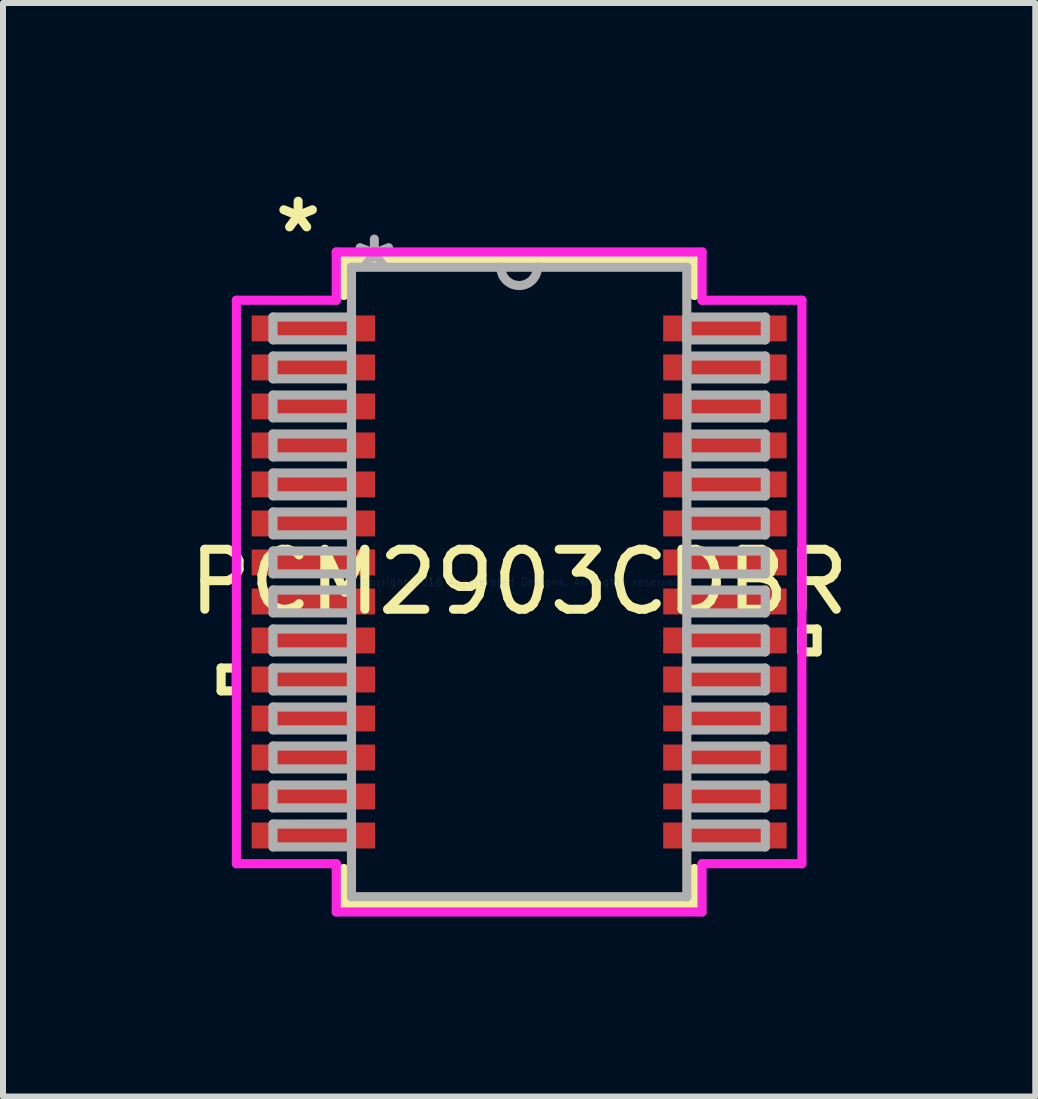
<source format=kicad_pcb>
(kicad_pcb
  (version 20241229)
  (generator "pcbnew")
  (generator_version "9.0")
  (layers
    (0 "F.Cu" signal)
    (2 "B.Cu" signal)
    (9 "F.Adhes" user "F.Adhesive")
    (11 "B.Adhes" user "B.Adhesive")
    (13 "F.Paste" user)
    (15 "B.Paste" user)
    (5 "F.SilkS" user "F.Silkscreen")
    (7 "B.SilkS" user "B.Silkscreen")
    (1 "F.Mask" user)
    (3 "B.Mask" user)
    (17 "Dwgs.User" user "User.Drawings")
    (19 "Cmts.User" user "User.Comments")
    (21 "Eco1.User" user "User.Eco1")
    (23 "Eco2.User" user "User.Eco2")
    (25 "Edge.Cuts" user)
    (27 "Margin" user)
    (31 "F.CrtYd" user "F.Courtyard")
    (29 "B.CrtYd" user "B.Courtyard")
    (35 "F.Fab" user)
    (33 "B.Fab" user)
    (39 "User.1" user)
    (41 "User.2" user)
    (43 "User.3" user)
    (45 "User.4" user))
  (footprint "PCM2903CDBR"
    (layer "F.Cu")
    (at 5.601 6.648)
    (property "Reference" "PCM2903CDBR" (at 0 0 0) (layer "F.SilkS") (effects (font (size 1 1) (thickness 0.15))))
    (attr through_hole)
    (fp_line (start -4.966 1.434) (end -4.966 1.815) (stroke (width 0.152) (type solid)) (layer "F.SilkS"))
    (fp_line (start -4.966 1.815) (end -4.712 1.815) (stroke (width 0.152) (type solid)) (layer "F.SilkS"))
    (fp_line (start -4.712 1.434) (end -4.966 1.434) (stroke (width 0.152) (type solid)) (layer "F.SilkS"))
    (fp_line (start -4.712 1.815) (end -4.712 1.434) (stroke (width 0.152) (type solid)) (layer "F.SilkS"))
    (fp_line (start -2.921 -5.372) (end -2.921 -4.774) (stroke (width 0.152) (type solid)) (layer "F.SilkS"))
    (fp_line (start -2.921 4.774) (end -2.921 5.372) (stroke (width 0.152) (type solid)) (layer "F.SilkS"))
    (fp_line (start -2.921 5.372) (end 2.921 5.372) (stroke (width 0.152) (type solid)) (layer "F.SilkS"))
    (fp_line (start 2.921 -5.372) (end -2.921 -5.372) (stroke (width 0.152) (type solid)) (layer "F.SilkS"))
    (fp_line (start 2.921 -4.774) (end 2.921 -5.372) (stroke (width 0.152) (type solid)) (layer "F.SilkS"))
    (fp_line (start 2.921 5.372) (end 2.921 4.774) (stroke (width 0.152) (type solid)) (layer "F.SilkS"))
    (fp_line (start 4.712 0.784) (end 4.966 0.784) (stroke (width 0.152) (type solid)) (layer "F.SilkS"))
    (fp_line (start 4.712 1.165) (end 4.712 0.784) (stroke (width 0.152) (type solid)) (layer "F.SilkS"))
    (fp_line (start 4.966 0.784) (end 4.966 1.165) (stroke (width 0.152) (type solid)) (layer "F.SilkS"))
    (fp_line (start 4.966 1.165) (end 4.712 1.165) (stroke (width 0.152) (type solid)) (layer "F.SilkS"))
    (fp_line (start -4.712 -4.695) (end -3.048 -4.695) (stroke (width 0.152) (type solid)) (layer "F.CrtYd"))
    (fp_line (start -4.712 4.695) (end -4.712 -4.695) (stroke (width 0.152) (type solid)) (layer "F.CrtYd"))
    (fp_line (start -3.048 -5.499) (end 3.048 -5.499) (stroke (width 0.152) (type solid)) (layer "F.CrtYd"))
    (fp_line (start -3.048 -4.695) (end -3.048 -5.499) (stroke (width 0.152) (type solid)) (layer "F.CrtYd"))
    (fp_line (start -3.048 4.695) (end -4.712 4.695) (stroke (width 0.152) (type solid)) (layer "F.CrtYd"))
    (fp_line (start -3.048 5.499) (end -3.048 4.695) (stroke (width 0.152) (type solid)) (layer "F.CrtYd"))
    (fp_line (start 3.048 -5.499) (end 3.048 -4.695) (stroke (width 0.152) (type solid)) (layer "F.CrtYd"))
    (fp_line (start 3.048 -4.695) (end 4.712 -4.695) (stroke (width 0.152) (type solid)) (layer "F.CrtYd"))
    (fp_line (start 3.048 4.695) (end 3.048 5.499) (stroke (width 0.152) (type solid)) (layer "F.CrtYd"))
    (fp_line (start 3.048 5.499) (end -3.048 5.499) (stroke (width 0.152) (type solid)) (layer "F.CrtYd"))
    (fp_line (start 4.712 -4.695) (end 4.712 4.695) (stroke (width 0.152) (type solid)) (layer "F.CrtYd"))
    (fp_line (start 4.712 4.695) (end 3.048 4.695) (stroke (width 0.152) (type solid)) (layer "F.CrtYd"))
    (fp_line (start -4.102 -4.415) (end -4.102 -4.035) (stroke (width 0.152) (type solid)) (layer "F.Fab"))
    (fp_line (start -4.102 -4.035) (end -2.794 -4.035) (stroke (width 0.152) (type solid)) (layer "F.Fab"))
    (fp_line (start -4.102 -3.765) (end -4.102 -3.385) (stroke (width 0.152) (type solid)) (layer "F.Fab"))
    (fp_line (start -4.102 -3.385) (end -2.794 -3.385) (stroke (width 0.152) (type solid)) (layer "F.Fab"))
    (fp_line (start -4.102 -3.115) (end -4.102 -2.735) (stroke (width 0.152) (type solid)) (layer "F.Fab"))
    (fp_line (start -4.102 -2.735) (end -2.794 -2.735) (stroke (width 0.152) (type solid)) (layer "F.Fab"))
    (fp_line (start -4.102 -2.466) (end -4.102 -2.084) (stroke (width 0.152) (type solid)) (layer "F.Fab"))
    (fp_line (start -4.102 -2.084) (end -2.794 -2.084) (stroke (width 0.152) (type solid)) (layer "F.Fab"))
    (fp_line (start -4.102 -1.816) (end -4.102 -1.435) (stroke (width 0.152) (type solid)) (layer "F.Fab"))
    (fp_line (start -4.102 -1.435) (end -2.794 -1.435) (stroke (width 0.152) (type solid)) (layer "F.Fab"))
    (fp_line (start -4.102 -1.166) (end -4.102 -0.785) (stroke (width 0.152) (type solid)) (layer "F.Fab"))
    (fp_line (start -4.102 -0.785) (end -2.794 -0.785) (stroke (width 0.152) (type solid)) (layer "F.Fab"))
    (fp_line (start -4.102 -0.516) (end -4.102 -0.135) (stroke (width 0.152) (type solid)) (layer "F.Fab"))
    (fp_line (start -4.102 -0.135) (end -2.794 -0.135) (stroke (width 0.152) (type solid)) (layer "F.Fab"))
    (fp_line (start -4.102 0.134) (end -4.102 0.515) (stroke (width 0.152) (type solid)) (layer "F.Fab"))
    (fp_line (start -4.102 0.515) (end -2.794 0.515) (stroke (width 0.152) (type solid)) (layer "F.Fab"))
    (fp_line (start -4.102 0.784) (end -4.102 1.165) (stroke (width 0.152) (type solid)) (layer "F.Fab"))
    (fp_line (start -4.102 1.165) (end -2.794 1.165) (stroke (width 0.152) (type solid)) (layer "F.Fab"))
    (fp_line (start -4.102 1.434) (end -4.102 1.815) (stroke (width 0.152) (type solid)) (layer "F.Fab"))
    (fp_line (start -4.102 1.815) (end -2.794 1.815) (stroke (width 0.152) (type solid)) (layer "F.Fab"))
    (fp_line (start -4.102 2.084) (end -4.102 2.465) (stroke (width 0.152) (type solid)) (layer "F.Fab"))
    (fp_line (start -4.102 2.465) (end -2.794 2.465) (stroke (width 0.152) (type solid)) (layer "F.Fab"))
    (fp_line (start -4.102 2.734) (end -4.102 3.115) (stroke (width 0.152) (type solid)) (layer "F.Fab"))
    (fp_line (start -4.102 3.115) (end -2.794 3.115) (stroke (width 0.152) (type solid)) (layer "F.Fab"))
    (fp_line (start -4.102 3.384) (end -4.102 3.765) (stroke (width 0.152) (type solid)) (layer "F.Fab"))
    (fp_line (start -4.102 3.765) (end -2.794 3.765) (stroke (width 0.152) (type solid)) (layer "F.Fab"))
    (fp_line (start -4.102 4.034) (end -4.102 4.415) (stroke (width 0.152) (type solid)) (layer "F.Fab"))
    (fp_line (start -4.102 4.415) (end -2.794 4.415) (stroke (width 0.152) (type solid)) (layer "F.Fab"))
    (fp_line (start -2.794 -5.245) (end -2.794 5.245) (stroke (width 0.152) (type solid)) (layer "F.Fab"))
    (fp_line (start -2.794 -4.415) (end -4.102 -4.415) (stroke (width 0.152) (type solid)) (layer "F.Fab"))
    (fp_line (start -2.794 -4.035) (end -2.794 -4.415) (stroke (width 0.152) (type solid)) (layer "F.Fab"))
    (fp_line (start -2.794 -3.765) (end -4.102 -3.765) (stroke (width 0.152) (type solid)) (layer "F.Fab"))
    (fp_line (start -2.794 -3.385) (end -2.794 -3.765) (stroke (width 0.152) (type solid)) (layer "F.Fab"))
    (fp_line (start -2.794 -3.115) (end -4.102 -3.115) (stroke (width 0.152) (type solid)) (layer "F.Fab"))
    (fp_line (start -2.794 -2.735) (end -2.794 -3.115) (stroke (width 0.152) (type solid)) (layer "F.Fab"))
    (fp_line (start -2.794 -2.466) (end -4.102 -2.466) (stroke (width 0.152) (type solid)) (layer "F.Fab"))
    (fp_line (start -2.794 -2.084) (end -2.794 -2.466) (stroke (width 0.152) (type solid)) (layer "F.Fab"))
    (fp_line (start -2.794 -1.816) (end -4.102 -1.816) (stroke (width 0.152) (type solid)) (layer "F.Fab"))
    (fp_line (start -2.794 -1.435) (end -2.794 -1.816) (stroke (width 0.152) (type solid)) (layer "F.Fab"))
    (fp_line (start -2.794 -1.166) (end -4.102 -1.166) (stroke (width 0.152) (type solid)) (layer "F.Fab"))
    (fp_line (start -2.794 -0.785) (end -2.794 -1.166) (stroke (width 0.152) (type solid)) (layer "F.Fab"))
    (fp_line (start -2.794 -0.516) (end -4.102 -0.516) (stroke (width 0.152) (type solid)) (layer "F.Fab"))
    (fp_line (start -2.794 -0.135) (end -2.794 -0.516) (stroke (width 0.152) (type solid)) (layer "F.Fab"))
    (fp_line (start -2.794 0.134) (end -4.102 0.134) (stroke (width 0.152) (type solid)) (layer "F.Fab"))
    (fp_line (start -2.794 0.515) (end -2.794 0.134) (stroke (width 0.152) (type solid)) (layer "F.Fab"))
    (fp_line (start -2.794 0.784) (end -4.102 0.784) (stroke (width 0.152) (type solid)) (layer "F.Fab"))
    (fp_line (start -2.794 1.165) (end -2.794 0.784) (stroke (width 0.152) (type solid)) (layer "F.Fab"))
    (fp_line (start -2.794 1.434) (end -4.102 1.434) (stroke (width 0.152) (type solid)) (layer "F.Fab"))
    (fp_line (start -2.794 1.815) (end -2.794 1.434) (stroke (width 0.152) (type solid)) (layer "F.Fab"))
    (fp_line (start -2.794 2.084) (end -4.102 2.084) (stroke (width 0.152) (type solid)) (layer "F.Fab"))
    (fp_line (start -2.794 2.465) (end -2.794 2.084) (stroke (width 0.152) (type solid)) (layer "F.Fab"))
    (fp_line (start -2.794 2.734) (end -4.102 2.734) (stroke (width 0.152) (type solid)) (layer "F.Fab"))
    (fp_line (start -2.794 3.115) (end -2.794 2.734) (stroke (width 0.152) (type solid)) (layer "F.Fab"))
    (fp_line (start -2.794 3.384) (end -4.102 3.384) (stroke (width 0.152) (type solid)) (layer "F.Fab"))
    (fp_line (start -2.794 3.765) (end -2.794 3.384) (stroke (width 0.152) (type solid)) (layer "F.Fab"))
    (fp_line (start -2.794 4.034) (end -4.102 4.034) (stroke (width 0.152) (type solid)) (layer "F.Fab"))
    (fp_line (start -2.794 4.415) (end -2.794 4.034) (stroke (width 0.152) (type solid)) (layer "F.Fab"))
    (fp_line (start -2.794 5.245) (end 2.794 5.245) (stroke (width 0.152) (type solid)) (layer "F.Fab"))
    (fp_line (start 2.794 -5.245) (end -2.794 -5.245) (stroke (width 0.152) (type solid)) (layer "F.Fab"))
    (fp_line (start 2.794 -4.415) (end 2.794 -4.034) (stroke (width 0.152) (type solid)) (layer "F.Fab"))
    (fp_line (start 2.794 -4.034) (end 4.102 -4.034) (stroke (width 0.152) (type solid)) (layer "F.Fab"))
    (fp_line (start 2.794 -3.765) (end 2.794 -3.384) (stroke (width 0.152) (type solid)) (layer "F.Fab"))
    (fp_line (start 2.794 -3.384) (end 4.102 -3.384) (stroke (width 0.152) (type solid)) (layer "F.Fab"))
    (fp_line (start 2.794 -3.115) (end 2.794 -2.734) (stroke (width 0.152) (type solid)) (layer "F.Fab"))
    (fp_line (start 2.794 -2.734) (end 4.102 -2.734) (stroke (width 0.152) (type solid)) (layer "F.Fab"))
    (fp_line (start 2.794 -2.465) (end 2.794 -2.084) (stroke (width 0.152) (type solid)) (layer "F.Fab"))
    (fp_line (start 2.794 -2.084) (end 4.102 -2.084) (stroke (width 0.152) (type solid)) (layer "F.Fab"))
    (fp_line (start 2.794 -1.815) (end 2.794 -1.434) (stroke (width 0.152) (type solid)) (layer "F.Fab"))
    (fp_line (start 2.794 -1.434) (end 4.102 -1.434) (stroke (width 0.152) (type solid)) (layer "F.Fab"))
    (fp_line (start 2.794 -1.165) (end 2.794 -0.784) (stroke (width 0.152) (type solid)) (layer "F.Fab"))
    (fp_line (start 2.794 -0.784) (end 4.102 -0.784) (stroke (width 0.152) (type solid)) (layer "F.Fab"))
    (fp_line (start 2.794 -0.515) (end 2.794 -0.134) (stroke (width 0.152) (type solid)) (layer "F.Fab"))
    (fp_line (start 2.794 -0.134) (end 4.102 -0.134) (stroke (width 0.152) (type solid)) (layer "F.Fab"))
    (fp_line (start 2.794 0.135) (end 2.794 0.516) (stroke (width 0.152) (type solid)) (layer "F.Fab"))
    (fp_line (start 2.794 0.516) (end 4.102 0.516) (stroke (width 0.152) (type solid)) (layer "F.Fab"))
    (fp_line (start 2.794 0.784) (end 2.794 1.165) (stroke (width 0.152) (type solid)) (layer "F.Fab"))
    (fp_line (start 2.794 1.165) (end 4.102 1.165) (stroke (width 0.152) (type solid)) (layer "F.Fab"))
    (fp_line (start 2.794 1.435) (end 2.794 1.815) (stroke (width 0.152) (type solid)) (layer "F.Fab"))
    (fp_line (start 2.794 1.815) (end 4.102 1.815) (stroke (width 0.152) (type solid)) (layer "F.Fab"))
    (fp_line (start 2.794 2.084) (end 2.794 2.466) (stroke (width 0.152) (type solid)) (layer "F.Fab"))
    (fp_line (start 2.794 2.466) (end 4.102 2.466) (stroke (width 0.152) (type solid)) (layer "F.Fab"))
    (fp_line (start 2.794 2.735) (end 2.794 3.115) (stroke (width 0.152) (type solid)) (layer "F.Fab"))
    (fp_line (start 2.794 3.115) (end 4.102 3.115) (stroke (width 0.152) (type solid)) (layer "F.Fab"))
    (fp_line (start 2.794 3.385) (end 2.794 3.765) (stroke (width 0.152) (type solid)) (layer "F.Fab"))
    (fp_line (start 2.794 3.765) (end 4.102 3.765) (stroke (width 0.152) (type solid)) (layer "F.Fab"))
    (fp_line (start 2.794 4.035) (end 2.794 4.415) (stroke (width 0.152) (type solid)) (layer "F.Fab"))
    (fp_line (start 2.794 4.415) (end 4.102 4.415) (stroke (width 0.152) (type solid)) (layer "F.Fab"))
    (fp_line (start 2.794 5.245) (end 2.794 -5.245) (stroke (width 0.152) (type solid)) (layer "F.Fab"))
    (fp_line (start 4.102 -4.415) (end 2.794 -4.415) (stroke (width 0.152) (type solid)) (layer "F.Fab"))
    (fp_line (start 4.102 -4.034) (end 4.102 -4.415) (stroke (width 0.152) (type solid)) (layer "F.Fab"))
    (fp_line (start 4.102 -3.765) (end 2.794 -3.765) (stroke (width 0.152) (type solid)) (layer "F.Fab"))
    (fp_line (start 4.102 -3.384) (end 4.102 -3.765) (stroke (width 0.152) (type solid)) (layer "F.Fab"))
    (fp_line (start 4.102 -3.115) (end 2.794 -3.115) (stroke (width 0.152) (type solid)) (layer "F.Fab"))
    (fp_line (start 4.102 -2.734) (end 4.102 -3.115) (stroke (width 0.152) (type solid)) (layer "F.Fab"))
    (fp_line (start 4.102 -2.465) (end 2.794 -2.465) (stroke (width 0.152) (type solid)) (layer "F.Fab"))
    (fp_line (start 4.102 -2.084) (end 4.102 -2.465) (stroke (width 0.152) (type solid)) (layer "F.Fab"))
    (fp_line (start 4.102 -1.815) (end 2.794 -1.815) (stroke (width 0.152) (type solid)) (layer "F.Fab"))
    (fp_line (start 4.102 -1.434) (end 4.102 -1.815) (stroke (width 0.152) (type solid)) (layer "F.Fab"))
    (fp_line (start 4.102 -1.165) (end 2.794 -1.165) (stroke (width 0.152) (type solid)) (layer "F.Fab"))
    (fp_line (start 4.102 -0.784) (end 4.102 -1.165) (stroke (width 0.152) (type solid)) (layer "F.Fab"))
    (fp_line (start 4.102 -0.515) (end 2.794 -0.515) (stroke (width 0.152) (type solid)) (layer "F.Fab"))
    (fp_line (start 4.102 -0.134) (end 4.102 -0.515) (stroke (width 0.152) (type solid)) (layer "F.Fab"))
    (fp_line (start 4.102 0.135) (end 2.794 0.135) (stroke (width 0.152) (type solid)) (layer "F.Fab"))
    (fp_line (start 4.102 0.516) (end 4.102 0.135) (stroke (width 0.152) (type solid)) (layer "F.Fab"))
    (fp_line (start 4.102 0.784) (end 2.794 0.784) (stroke (width 0.152) (type solid)) (layer "F.Fab"))
    (fp_line (start 4.102 1.165) (end 4.102 0.784) (stroke (width 0.152) (type solid)) (layer "F.Fab"))
    (fp_line (start 4.102 1.435) (end 2.794 1.435) (stroke (width 0.152) (type solid)) (layer "F.Fab"))
    (fp_line (start 4.102 1.815) (end 4.102 1.435) (stroke (width 0.152) (type solid)) (layer "F.Fab"))
    (fp_line (start 4.102 2.084) (end 2.794 2.084) (stroke (width 0.152) (type solid)) (layer "F.Fab"))
    (fp_line (start 4.102 2.466) (end 4.102 2.084) (stroke (width 0.152) (type solid)) (layer "F.Fab"))
    (fp_line (start 4.102 2.735) (end 2.794 2.735) (stroke (width 0.152) (type solid)) (layer "F.Fab"))
    (fp_line (start 4.102 3.115) (end 4.102 2.735) (stroke (width 0.152) (type solid)) (layer "F.Fab"))
    (fp_line (start 4.102 3.385) (end 2.794 3.385) (stroke (width 0.152) (type solid)) (layer "F.Fab"))
    (fp_line (start 4.102 3.765) (end 4.102 3.385) (stroke (width 0.152) (type solid)) (layer "F.Fab"))
    (fp_line (start 4.102 4.035) (end 2.794 4.035) (stroke (width 0.152) (type solid)) (layer "F.Fab"))
    (fp_line (start 4.102 4.415) (end 4.102 4.035) (stroke (width 0.152) (type solid)) (layer "F.Fab"))
    (fp_arc (start 0.3048 -5.2451) (mid 0 -4.9403) (end -0.3048 -5.2451) (stroke (width 0.1524) (type solid)) (layer "F.Fab"))
    (fp_text user "*" (at -3.683 -5.8 0) (layer "F.SilkS") (effects (font (size 1 1) (thickness 0.15))))
    (fp_text user "Copyright 2016 Accelerated Designs. All rights reserved." (at 0 0 0) (layer "Cmts.User") (effects (font (size 0.127 0.127) (thickness 0.002))))
    (fp_text user "*" (at -2.413 -5.169 0) (layer "F.Fab") (effects (font (size 1 1) (thickness 0.15))))
    (pad "1" smd rect (at -3.429 -4.225) (size 2.057 0.432) (layers "F.Cu" "F.Mask" "F.Paste"))
    (pad "2" smd rect (at -3.429 -3.575) (size 2.057 0.432) (layers "F.Cu" "F.Mask" "F.Paste"))
    (pad "3" smd rect (at -3.429 -2.925) (size 2.057 0.432) (layers "F.Cu" "F.Mask" "F.Paste"))
    (pad "4" smd rect (at -3.429 -2.275) (size 2.057 0.432) (layers "F.Cu" "F.Mask" "F.Paste"))
    (pad "5" smd rect (at -3.429 -1.625) (size 2.057 0.432) (layers "F.Cu" "F.Mask" "F.Paste"))
    (pad "6" smd rect (at -3.429 -0.975) (size 2.057 0.432) (layers "F.Cu" "F.Mask" "F.Paste"))
    (pad "7" smd rect (at -3.429 -0.325) (size 2.057 0.432) (layers "F.Cu" "F.Mask" "F.Paste"))
    (pad "8" smd rect (at -3.429 0.325) (size 2.057 0.432) (layers "F.Cu" "F.Mask" "F.Paste"))
    (pad "9" smd rect (at -3.429 0.975) (size 2.057 0.432) (layers "F.Cu" "F.Mask" "F.Paste"))
    (pad "10" smd rect (at -3.429 1.625) (size 2.057 0.432) (layers "F.Cu" "F.Mask" "F.Paste"))
    (pad "11" smd rect (at -3.429 2.275) (size 2.057 0.432) (layers "F.Cu" "F.Mask" "F.Paste"))
    (pad "12" smd rect (at -3.429 2.925) (size 2.057 0.432) (layers "F.Cu" "F.Mask" "F.Paste"))
    (pad "13" smd rect (at -3.429 3.575) (size 2.057 0.432) (layers "F.Cu" "F.Mask" "F.Paste"))
    (pad "14" smd rect (at -3.429 4.225) (size 2.057 0.432) (layers "F.Cu" "F.Mask" "F.Paste"))
    (pad "15" smd rect (at 3.429 4.225) (size 2.057 0.432) (layers "F.Cu" "F.Mask" "F.Paste"))
    (pad "16" smd rect (at 3.429 3.575) (size 2.057 0.432) (layers "F.Cu" "F.Mask" "F.Paste"))
    (pad "17" smd rect (at 3.429 2.925) (size 2.057 0.432) (layers "F.Cu" "F.Mask" "F.Paste"))
    (pad "18" smd rect (at 3.429 2.275) (size 2.057 0.432) (layers "F.Cu" "F.Mask" "F.Paste"))
    (pad "19" smd rect (at 3.429 1.625) (size 2.057 0.432) (layers "F.Cu" "F.Mask" "F.Paste"))
    (pad "20" smd rect (at 3.429 0.975) (size 2.057 0.432) (layers "F.Cu" "F.Mask" "F.Paste"))
    (pad "21" smd rect (at 3.429 0.325) (size 2.057 0.432) (layers "F.Cu" "F.Mask" "F.Paste"))
    (pad "22" smd rect (at 3.429 -0.325) (size 2.057 0.432) (layers "F.Cu" "F.Mask" "F.Paste"))
    (pad "23" smd rect (at 3.429 -0.975) (size 2.057 0.432) (layers "F.Cu" "F.Mask" "F.Paste"))
    (pad "24" smd rect (at 3.429 -1.625) (size 2.057 0.432) (layers "F.Cu" "F.Mask" "F.Paste"))
    (pad "25" smd rect (at 3.429 -2.275) (size 2.057 0.432) (layers "F.Cu" "F.Mask" "F.Paste"))
    (pad "26" smd rect (at 3.429 -2.925) (size 2.057 0.432) (layers "F.Cu" "F.Mask" "F.Paste"))
    (pad "27" smd rect (at 3.429 -3.575) (size 2.057 0.432) (layers "F.Cu" "F.Mask" "F.Paste"))
    (pad "28" smd rect (at 3.429 -4.225) (size 2.057 0.432) (layers "F.Cu" "F.Mask" "F.Paste")))
  (gr_rect
    (start -3 -3)
    (end 14.202 15.223)
    (stroke (width 0.1) (type default))
    (fill no)
    (layer "Edge.Cuts")))
</source>
